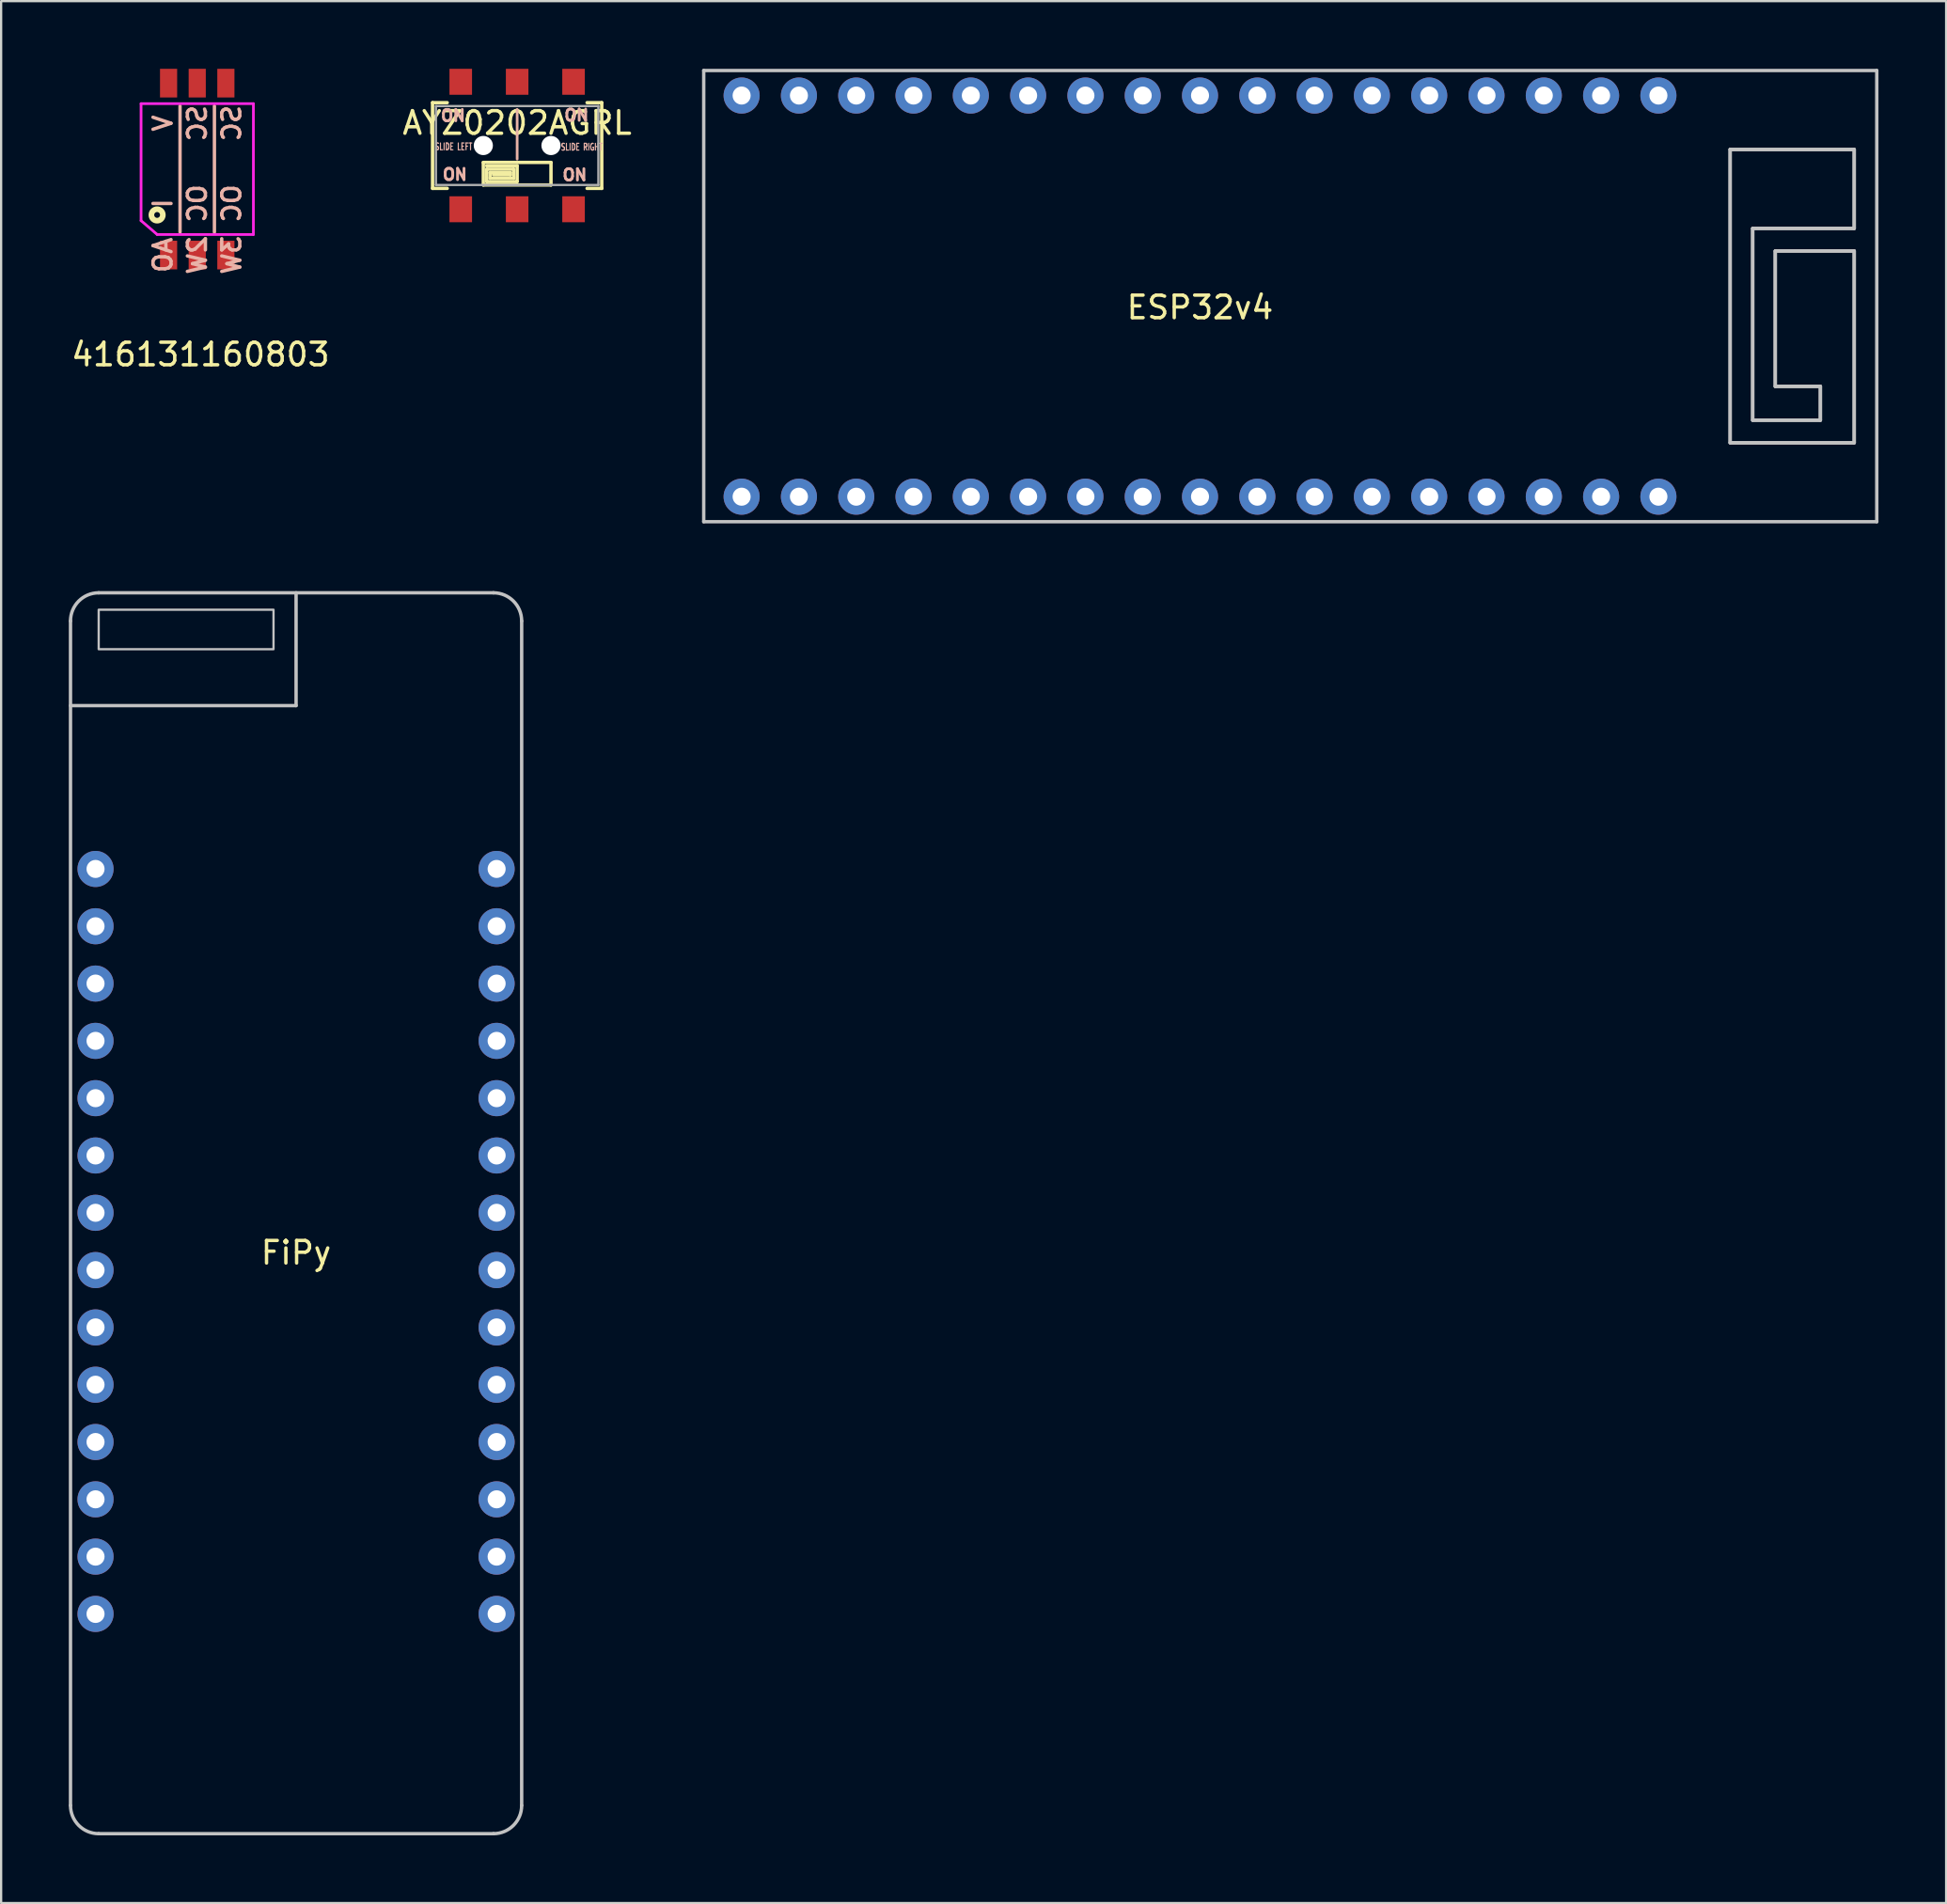
<source format=kicad_pcb>
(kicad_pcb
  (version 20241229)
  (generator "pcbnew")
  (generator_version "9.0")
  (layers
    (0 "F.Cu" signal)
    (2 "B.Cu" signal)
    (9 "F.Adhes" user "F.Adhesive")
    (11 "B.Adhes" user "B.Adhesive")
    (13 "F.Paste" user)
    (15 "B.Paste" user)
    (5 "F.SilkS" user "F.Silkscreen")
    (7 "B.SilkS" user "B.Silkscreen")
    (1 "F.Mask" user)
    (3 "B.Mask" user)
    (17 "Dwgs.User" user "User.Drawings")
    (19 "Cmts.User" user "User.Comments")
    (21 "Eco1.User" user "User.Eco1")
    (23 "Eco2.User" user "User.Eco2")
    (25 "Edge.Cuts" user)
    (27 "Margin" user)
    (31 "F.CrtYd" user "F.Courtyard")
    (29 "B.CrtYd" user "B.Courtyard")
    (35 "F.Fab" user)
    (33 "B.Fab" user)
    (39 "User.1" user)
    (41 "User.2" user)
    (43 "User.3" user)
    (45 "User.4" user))
  (footprint "FiPy"
    (layer "F.Cu")
    (at 10.075 51.975)
    (property "Reference" "FiPy" (at 0 0.5 0) (layer "F.SilkS") (effects (font (size 1 1) (thickness 0.15))))
    (attr through_hole)
    (fp_line (start -10 -23.75) (end 0 -23.75) (stroke (width 0.15) (type solid)) (layer "Dwgs.User"))
    (fp_line (start -10 25) (end -10 -27.5) (stroke (width 0.15) (type solid)) (layer "Dwgs.User"))
    (fp_line (start -8.75 -28.75) (end 8.75 -28.75) (stroke (width 0.15) (type solid)) (layer "Dwgs.User"))
    (fp_line (start 0 -23.75) (end 0 -28.75) (stroke (width 0.15) (type solid)) (layer "Dwgs.User"))
    (fp_line (start 8.75 26.25) (end -8.75 26.25) (stroke (width 0.15) (type solid)) (layer "Dwgs.User"))
    (fp_line (start 10 -27.5) (end 10 25) (stroke (width 0.15) (type solid)) (layer "Dwgs.User"))
    (fp_arc (start -10 -27.5) (mid -9.633883 -28.383883) (end -8.75 -28.75) (stroke (width 0.15) (type solid)) (layer "Dwgs.User"))
    (fp_arc (start -8.75 26.25) (mid -9.633883 25.883883) (end -10 25) (stroke (width 0.15) (type solid)) (layer "Dwgs.User"))
    (fp_arc (start 8.75 -28.75) (mid 9.633883 -28.383883) (end 10 -27.5) (stroke (width 0.15) (type solid)) (layer "Dwgs.User"))
    (fp_arc (start 10 25) (mid 9.633883 25.883883) (end 8.75 26.25) (stroke (width 0.15) (type solid)) (layer "Dwgs.User"))
    (fp_poly (pts (xy -8.75 -28) (xy -1 -28) (xy -1 -26.25) (xy -8.75 -26.25)) (stroke (width 0.1) (type solid)) (fill no) (layer "Dwgs.User"))
    (pad "1" thru_hole circle (at 8.89 16.51) (size 1.6 1.6) (drill 0.8) (layers "*.Cu" "*.Mask"))
    (pad "2" thru_hole circle (at 8.89 13.97) (size 1.6 1.6) (drill 0.8) (layers "*.Cu" "*.Mask"))
    (pad "3" thru_hole circle (at 8.89 11.43) (size 1.6 1.6) (drill 0.8) (layers "*.Cu" "*.Mask"))
    (pad "4" thru_hole circle (at 8.89 8.89) (size 1.6 1.6) (drill 0.8) (layers "*.Cu" "*.Mask"))
    (pad "5" thru_hole circle (at 8.89 6.35) (size 1.6 1.6) (drill 0.8) (layers "*.Cu" "*.Mask"))
    (pad "6" thru_hole circle (at 8.89 3.81) (size 1.6 1.6) (drill 0.8) (layers "*.Cu" "*.Mask"))
    (pad "7" thru_hole circle (at 8.89 1.27) (size 1.6 1.6) (drill 0.8) (layers "*.Cu" "*.Mask"))
    (pad "8" thru_hole circle (at 8.89 -1.27) (size 1.6 1.6) (drill 0.8) (layers "*.Cu" "*.Mask"))
    (pad "9" thru_hole circle (at 8.89 -3.81) (size 1.6 1.6) (drill 0.8) (layers "*.Cu" "*.Mask"))
    (pad "10" thru_hole circle (at 8.89 -6.35) (size 1.6 1.6) (drill 0.8) (layers "*.Cu" "*.Mask"))
    (pad "11" thru_hole circle (at 8.89 -8.89) (size 1.6 1.6) (drill 0.8) (layers "*.Cu" "*.Mask"))
    (pad "12" thru_hole circle (at 8.89 -11.43) (size 1.6 1.6) (drill 0.8) (layers "*.Cu" "*.Mask"))
    (pad "13" thru_hole circle (at 8.89 -13.97) (size 1.6 1.6) (drill 0.8) (layers "*.Cu" "*.Mask"))
    (pad "14" thru_hole circle (at 8.89 -16.51) (size 1.6 1.6) (drill 0.8) (layers "*.Cu" "*.Mask"))
    (pad "15" thru_hole circle (at -8.89 -16.51) (size 1.6 1.6) (drill 0.8) (layers "*.Cu" "*.Mask"))
    (pad "16" thru_hole circle (at -8.89 -13.97) (size 1.6 1.6) (drill 0.8) (layers "*.Cu" "*.Mask"))
    (pad "17" thru_hole circle (at -8.89 -11.43) (size 1.6 1.6) (drill 0.8) (layers "*.Cu" "*.Mask"))
    (pad "18" thru_hole circle (at -8.89 -8.89) (size 1.6 1.6) (drill 0.8) (layers "*.Cu" "*.Mask"))
    (pad "19" thru_hole circle (at -8.89 -6.35) (size 1.6 1.6) (drill 0.8) (layers "*.Cu" "*.Mask"))
    (pad "20" thru_hole circle (at -8.89 -3.81) (size 1.6 1.6) (drill 0.8) (layers "*.Cu" "*.Mask"))
    (pad "21" thru_hole circle (at -8.89 -1.27) (size 1.6 1.6) (drill 0.8) (layers "*.Cu" "*.Mask"))
    (pad "22" thru_hole circle (at -8.89 1.27) (size 1.6 1.6) (drill 0.8) (layers "*.Cu" "*.Mask"))
    (pad "23" thru_hole circle (at -8.89 3.81) (size 1.6 1.6) (drill 0.8) (layers "*.Cu" "*.Mask"))
    (pad "24" thru_hole circle (at -8.89 6.35) (size 1.6 1.6) (drill 0.8) (layers "*.Cu" "*.Mask"))
    (pad "25" thru_hole circle (at -8.89 8.89) (size 1.6 1.6) (drill 0.8) (layers "*.Cu" "*.Mask"))
    (pad "26" thru_hole circle (at -8.89 11.43) (size 1.6 1.6) (drill 0.8) (layers "*.Cu" "*.Mask"))
    (pad "27" thru_hole circle (at -8.89 13.97) (size 1.6 1.6) (drill 0.8) (layers "*.Cu" "*.Mask"))
    (pad "28" thru_hole circle (at -8.89 16.51) (size 1.6 1.6) (drill 0.8) (layers "*.Cu" "*.Mask")))
  (footprint "ESP32v4"
    (layer "F.Cu")
    (at 50.146 10.075)
    (property "Reference" "ESP32v4" (at 0 0.5 0) (layer "F.SilkS") (effects (font (size 1 1) (thickness 0.15))))
    (attr through_hole)
    (fp_line (start -22 -10) (end 30 -10) (stroke (width 0.15) (type solid)) (layer "Dwgs.User"))
    (fp_line (start -22 10) (end -22 -10) (stroke (width 0.15) (type solid)) (layer "Dwgs.User"))
    (fp_line (start 23.5 -6.5) (end 23.5 6.5) (stroke (width 0.15) (type solid)) (layer "Dwgs.User"))
    (fp_line (start 23.5 6.5) (end 29 6.5) (stroke (width 0.15) (type solid)) (layer "Dwgs.User"))
    (fp_line (start 24.5 -3) (end 29 -3) (stroke (width 0.15) (type solid)) (layer "Dwgs.User"))
    (fp_line (start 24.5 5.5) (end 24.5 -3) (stroke (width 0.15) (type solid)) (layer "Dwgs.User"))
    (fp_line (start 25.5 -2) (end 25.5 4) (stroke (width 0.15) (type solid)) (layer "Dwgs.User"))
    (fp_line (start 25.5 4) (end 27.5 4) (stroke (width 0.15) (type solid)) (layer "Dwgs.User"))
    (fp_line (start 27.5 4) (end 27.5 5.5) (stroke (width 0.15) (type solid)) (layer "Dwgs.User"))
    (fp_line (start 27.5 5.5) (end 24.5 5.5) (stroke (width 0.15) (type solid)) (layer "Dwgs.User"))
    (fp_line (start 29 -6.5) (end 23.5 -6.5) (stroke (width 0.15) (type solid)) (layer "Dwgs.User"))
    (fp_line (start 29 -3) (end 29 -6.5) (stroke (width 0.15) (type solid)) (layer "Dwgs.User"))
    (fp_line (start 29 -2) (end 25.5 -2) (stroke (width 0.15) (type solid)) (layer "Dwgs.User"))
    (fp_line (start 29 6.5) (end 29 -2) (stroke (width 0.15) (type solid)) (layer "Dwgs.User"))
    (fp_line (start 30 -10) (end 30 10) (stroke (width 0.15) (type solid)) (layer "Dwgs.User"))
    (fp_line (start 30 10) (end -22 10) (stroke (width 0.15) (type solid)) (layer "Dwgs.User"))
    (fp_poly (pts (xy 23.5 -6.5) (xy 29 -6.5) (xy 29 -3) (xy 24.5 -3) (xy 24.5 5.5) (xy 27.5 5.5) (xy 27.5 4) (xy 25.5 4) (xy 25.5 -2) (xy 29 -2) (xy 29 6.5) (xy 23.5 6.5)) (stroke (width 0.15) (type solid)) (fill no) (layer "Dwgs.User"))
    (pad "1" thru_hole circle (at -20.32 8.89) (size 1.6 1.6) (drill 0.8) (layers "*.Cu" "*.Mask"))
    (pad "2" thru_hole circle (at -17.78 8.89) (size 1.6 1.6) (drill 0.8) (layers "*.Cu" "*.Mask"))
    (pad "3" thru_hole circle (at -15.24 8.89) (size 1.6 1.6) (drill 0.8) (layers "*.Cu" "*.Mask"))
    (pad "4" thru_hole circle (at -12.7 8.89) (size 1.6 1.6) (drill 0.8) (layers "*.Cu" "*.Mask"))
    (pad "5" thru_hole circle (at -10.16 8.89) (size 1.6 1.6) (drill 0.8) (layers "*.Cu" "*.Mask"))
    (pad "6" thru_hole circle (at -7.62 8.89) (size 1.6 1.6) (drill 0.8) (layers "*.Cu" "*.Mask"))
    (pad "7" thru_hole circle (at -5.08 8.89) (size 1.6 1.6) (drill 0.8) (layers "*.Cu" "*.Mask"))
    (pad "8" thru_hole circle (at -2.54 8.89) (size 1.6 1.6) (drill 0.8) (layers "*.Cu" "*.Mask"))
    (pad "9" thru_hole circle (at 0 8.89) (size 1.6 1.6) (drill 0.8) (layers "*.Cu" "*.Mask"))
    (pad "10" thru_hole circle (at 2.54 8.89) (size 1.6 1.6) (drill 0.8) (layers "*.Cu" "*.Mask"))
    (pad "11" thru_hole circle (at 5.08 8.89) (size 1.6 1.6) (drill 0.8) (layers "*.Cu" "*.Mask"))
    (pad "12" thru_hole circle (at 7.62 8.89) (size 1.6 1.6) (drill 0.8) (layers "*.Cu" "*.Mask"))
    (pad "13" thru_hole circle (at 10.16 8.89) (size 1.6 1.6) (drill 0.8) (layers "*.Cu" "*.Mask"))
    (pad "14" thru_hole circle (at 12.7 8.89) (size 1.6 1.6) (drill 0.8) (layers "*.Cu" "*.Mask"))
    (pad "15" thru_hole circle (at 15.24 8.89) (size 1.6 1.6) (drill 0.8) (layers "*.Cu" "*.Mask"))
    (pad "16" thru_hole circle (at 17.78 8.89) (size 1.6 1.6) (drill 0.8) (layers "*.Cu" "*.Mask"))
    (pad "17" thru_hole circle (at 20.32 8.89) (size 1.6 1.6) (drill 0.8) (layers "*.Cu" "*.Mask"))
    (pad "18" thru_hole circle (at 20.32 -8.89) (size 1.6 1.6) (drill 0.8) (layers "*.Cu" "*.Mask"))
    (pad "19" thru_hole circle (at 17.78 -8.89) (size 1.6 1.6) (drill 0.8) (layers "*.Cu" "*.Mask"))
    (pad "20" thru_hole circle (at 15.24 -8.89) (size 1.6 1.6) (drill 0.8) (layers "*.Cu" "*.Mask"))
    (pad "21" thru_hole circle (at 12.7 -8.89) (size 1.6 1.6) (drill 0.8) (layers "*.Cu" "*.Mask"))
    (pad "22" thru_hole circle (at 10.16 -8.89) (size 1.6 1.6) (drill 0.8) (layers "*.Cu" "*.Mask"))
    (pad "23" thru_hole circle (at 7.62 -8.89) (size 1.6 1.6) (drill 0.8) (layers "*.Cu" "*.Mask"))
    (pad "24" thru_hole circle (at 5.08 -8.89) (size 1.6 1.6) (drill 0.8) (layers "*.Cu" "*.Mask"))
    (pad "25" thru_hole circle (at 2.54 -8.89) (size 1.6 1.6) (drill 0.8) (layers "*.Cu" "*.Mask"))
    (pad "26" thru_hole circle (at 0 -8.89) (size 1.6 1.6) (drill 0.8) (layers "*.Cu" "*.Mask"))
    (pad "27" thru_hole circle (at -2.54 -8.89) (size 1.6 1.6) (drill 0.8) (layers "*.Cu" "*.Mask"))
    (pad "28" thru_hole circle (at -5.08 -8.89) (size 1.6 1.6) (drill 0.8) (layers "*.Cu" "*.Mask"))
    (pad "29" thru_hole circle (at -7.62 -8.89) (size 1.6 1.6) (drill 0.8) (layers "*.Cu" "*.Mask"))
    (pad "30" thru_hole circle (at -10.16 -8.89) (size 1.6 1.6) (drill 0.8) (layers "*.Cu" "*.Mask"))
    (pad "31" thru_hole circle (at -12.7 -8.89) (size 1.6 1.6) (drill 0.8) (layers "*.Cu" "*.Mask"))
    (pad "32" thru_hole circle (at -15.24 -8.89) (size 1.6 1.6) (drill 0.8) (layers "*.Cu" "*.Mask"))
    (pad "33" thru_hole circle (at -17.78 -8.89) (size 1.6 1.6) (drill 0.8) (layers "*.Cu" "*.Mask"))
    (pad "34" thru_hole circle (at -20.32 -8.89) (size 1.6 1.6) (drill 0.8) (layers "*.Cu" "*.Mask")))
  (footprint "AYZ0202AGRL"
    (layer "F.Cu")
    (at 19.875 3.4)
    (property "Reference" "AYZ0202AGRL" (at 0 -1 0) (layer "F.SilkS") (effects (font (size 1 1) (thickness 0.15))))
    (attr through_hole)
    (fp_line (start -3.75 -1.9) (end -3.75 1.9) (stroke (width 0.15) (type solid)) (layer "F.SilkS"))
    (fp_line (start -3.75 1.9) (end -3.1 1.9) (stroke (width 0.15) (type solid)) (layer "F.SilkS"))
    (fp_line (start -3.1 -1.9) (end -3.75 -1.9) (stroke (width 0.15) (type solid)) (layer "F.SilkS"))
    (fp_line (start -1.5 0.75) (end 1.5 0.75) (stroke (width 0.15) (type solid)) (layer "F.SilkS"))
    (fp_line (start -1.5 1.75) (end -1.5 0.75) (stroke (width 0.15) (type solid)) (layer "F.SilkS"))
    (fp_line (start -1.35 0.9) (end 0 0.9) (stroke (width 0.15) (type solid)) (layer "F.SilkS"))
    (fp_line (start -1.35 1.05) (end -0.15 1.05) (stroke (width 0.15) (type solid)) (layer "F.SilkS"))
    (fp_line (start -1.35 1.6) (end -1.35 1.05) (stroke (width 0.15) (type solid)) (layer "F.SilkS"))
    (fp_line (start -1.2 1.2) (end -0.3 1.2) (stroke (width 0.15) (type solid)) (layer "F.SilkS"))
    (fp_line (start -1.2 1.45) (end -1.2 1.2) (stroke (width 0.15) (type solid)) (layer "F.SilkS"))
    (fp_line (start -0.3 1.2) (end -0.3 1.3) (stroke (width 0.15) (type solid)) (layer "F.SilkS"))
    (fp_line (start -0.3 1.3) (end -1.05 1.3) (stroke (width 0.15) (type solid)) (layer "F.SilkS"))
    (fp_line (start -0.15 1.05) (end -0.15 1.45) (stroke (width 0.15) (type solid)) (layer "F.SilkS"))
    (fp_line (start -0.15 1.45) (end -1.2 1.45) (stroke (width 0.15) (type solid)) (layer "F.SilkS"))
    (fp_line (start 0 0.9) (end 0 1.6) (stroke (width 0.15) (type solid)) (layer "F.SilkS"))
    (fp_line (start 0 1.6) (end -1.35 1.6) (stroke (width 0.15) (type solid)) (layer "F.SilkS"))
    (fp_line (start 1.5 0.75) (end 1.5 1.75) (stroke (width 0.15) (type solid)) (layer "F.SilkS"))
    (fp_line (start 1.5 1.75) (end -1.5 1.75) (stroke (width 0.15) (type solid)) (layer "F.SilkS"))
    (fp_line (start 3.75 -1.9) (end 3.1 -1.9) (stroke (width 0.15) (type solid)) (layer "F.SilkS"))
    (fp_line (start 3.75 -1.9) (end 3.75 1.9) (stroke (width 0.15) (type solid)) (layer "F.SilkS"))
    (fp_line (start 3.75 1.9) (end 3.1 1.9) (stroke (width 0.15) (type solid)) (layer "F.SilkS"))
    (fp_line (start 0 -1.6) (end 0 0.6) (stroke (width 0.12) (type solid)) (layer "B.SilkS"))
    (fp_line (start -3.6 -1.75) (end -3.6 1.75) (stroke (width 0.1) (type solid)) (layer "F.Fab"))
    (fp_line (start -3.6 1.75) (end 3.6 1.75) (stroke (width 0.1) (type solid)) (layer "F.Fab"))
    (fp_line (start 3.6 -1.75) (end -3.6 -1.75) (stroke (width 0.1) (type solid)) (layer "F.Fab"))
    (fp_line (start 3.6 1.75) (end 3.6 -1.75) (stroke (width 0.1) (type solid)) (layer "F.Fab"))
    (fp_text user "ON" (at -2.84 -1.323 0) (layer "B.SilkS") (effects (font (size 0.5 0.5) (thickness 0.125))))
    (fp_text user "ON" (at 2.631 -1.341 0) (layer "B.SilkS") (effects (font (size 0.5 0.5) (thickness 0.125))))
    (fp_text user "ON" (at 2.553 1.303 0) (layer "B.SilkS") (effects (font (size 0.5 0.5) (thickness 0.125))))
    (fp_text user "SLIDE RIGHT" (at 2.865 0.066 0) (layer "B.SilkS") (effects (font (size 0.3 0.2) (thickness 0.05))))
    (fp_text user "SLIDE LEFT" (at -2.814 0.051 0) (layer "B.SilkS") (effects (font (size 0.3 0.2) (thickness 0.05))))
    (fp_text user "ON" (at -2.761 1.285 0) (layer "B.SilkS") (effects (font (size 0.5 0.5) (thickness 0.125))))
    (pad "" np_thru_hole circle (at -1.5 0) (size 0.85 0.85) (drill 0.85) (layers "*.Cu" "*.Mask"))
    (pad "" np_thru_hole circle (at 1.5 0) (size 0.85 0.85) (drill 0.85) (layers "*.Cu" "*.Mask"))
    (pad "1" smd rect (at -2.5 -2.825) (size 1 1.15) (layers "F.Cu" "F.Mask" "F.Paste"))
    (pad "2" smd rect (at 0 -2.825) (size 1 1.15) (layers "F.Cu" "F.Mask" "F.Paste"))
    (pad "3" smd rect (at 2.5 -2.825) (size 1 1.15) (layers "F.Cu" "F.Mask" "F.Paste"))
    (pad "4" smd rect (at -2.5 2.825) (size 1 1.15) (layers "F.Cu" "F.Mask" "F.Paste"))
    (pad "5" smd rect (at 0 2.825) (size 1 1.15) (layers "F.Cu" "F.Mask" "F.Paste"))
    (pad "6" smd rect (at 2.5 2.825) (size 1 1.15) (layers "F.Cu" "F.Mask" "F.Paste")))
  (footprint "416131160803"
    (layer "F.Cu")
    (at 5.693 4.445)
    (property "Reference" "416131160803" (at 0.146 8.218 0) (layer "F.SilkS") (effects (font (size 1 1) (thickness 0.15))))
    (attr through_hole)
    (fp_circle (center -1.778 2.032) (end -1.524 2.032) (stroke (width 0.25) (type solid)) (fill no) (layer "F.SilkS"))
    (fp_line (start -0.762 -2.794) (end -0.762 2.794) (stroke (width 0.15) (type solid)) (layer "B.SilkS"))
    (fp_line (start 0.762 -2.794) (end 0.762 2.794) (stroke (width 0.15) (type solid)) (layer "B.SilkS"))
    (fp_line (start -2.49 -2.9) (end 2.49 -2.9) (stroke (width 0.12) (type solid)) (layer "F.CrtYd"))
    (fp_line (start -2.49 2.286) (end -2.49 -2.9) (stroke (width 0.12) (type solid)) (layer "F.CrtYd"))
    (fp_line (start -1.778 2.896) (end -2.489 2.286) (stroke (width 0.12) (type solid)) (layer "F.CrtYd"))
    (fp_line (start -1.778 2.9) (end 2.49 2.9) (stroke (width 0.12) (type solid)) (layer "F.CrtYd"))
    (fp_line (start 2.49 -2.9) (end 2.49 2.9) (stroke (width 0.12) (type solid)) (layer "F.CrtYd"))
    (fp_text user "OC" (at 1.524 1.524 90) (layer "B.SilkS") (effects (font (size 0.8 0.8) (thickness 0.15)) (justify mirror)))
    (fp_text user "OC" (at 0 1.524 90) (layer "B.SilkS") (effects (font (size 0.8 0.8) (thickness 0.15)) (justify mirror)))
    (fp_text user "I" (at -1.524 1.524 90) (layer "B.SilkS") (effects (font (size 0.8 0.8) (thickness 0.15))))
    (fp_text user "AO" (at -1.524 3.81 90) (layer "B.SilkS") (effects (font (size 0.8 0.8) (thickness 0.15)) (justify mirror)))
    (fp_text user "2W" (at 0 3.81 90) (layer "B.SilkS") (effects (font (size 0.8 0.8) (thickness 0.15)) (justify mirror)))
    (fp_text user "SC" (at 0 -2.032 90) (layer "B.SilkS") (effects (font (size 0.8 0.8) (thickness 0.15)) (justify mirror)))
    (fp_text user "3W" (at 1.524 3.81 90) (layer "B.SilkS") (effects (font (size 0.8 0.8) (thickness 0.15)) (justify mirror)))
    (fp_text user "V" (at -1.524 -2.032 90) (layer "B.SilkS") (effects (font (size 0.8 0.8) (thickness 0.15))))
    (fp_text user "SC" (at 1.524 -2.032 90) (layer "B.SilkS") (effects (font (size 0.8 0.8) (thickness 0.15)) (justify mirror)))
    (pad "1" connect rect (at -1.27 3.81) (size 0.76 1.27) (layers "F.Cu" "F.Mask"))
    (pad "2" connect rect (at -1.27 -3.81) (size 0.76 1.27) (layers "F.Cu" "F.Mask"))
    (pad "3" connect rect (at 0 3.81) (size 0.76 1.27) (layers "F.Cu" "F.Mask"))
    (pad "4" connect rect (at 0 -3.81) (size 0.76 1.27) (layers "F.Cu" "F.Mask"))
    (pad "5" connect rect (at 1.27 3.81) (size 0.76 1.27) (layers "F.Cu" "F.Mask"))
    (pad "6" connect rect (at 1.27 -3.81) (size 0.76 1.27) (layers "F.Cu" "F.Mask")))
  (gr_rect
    (start -3 -3)
    (end 83.221 81.3)
    (stroke (width 0.1) (type default))
    (fill no)
    (layer "Edge.Cuts")))
</source>
